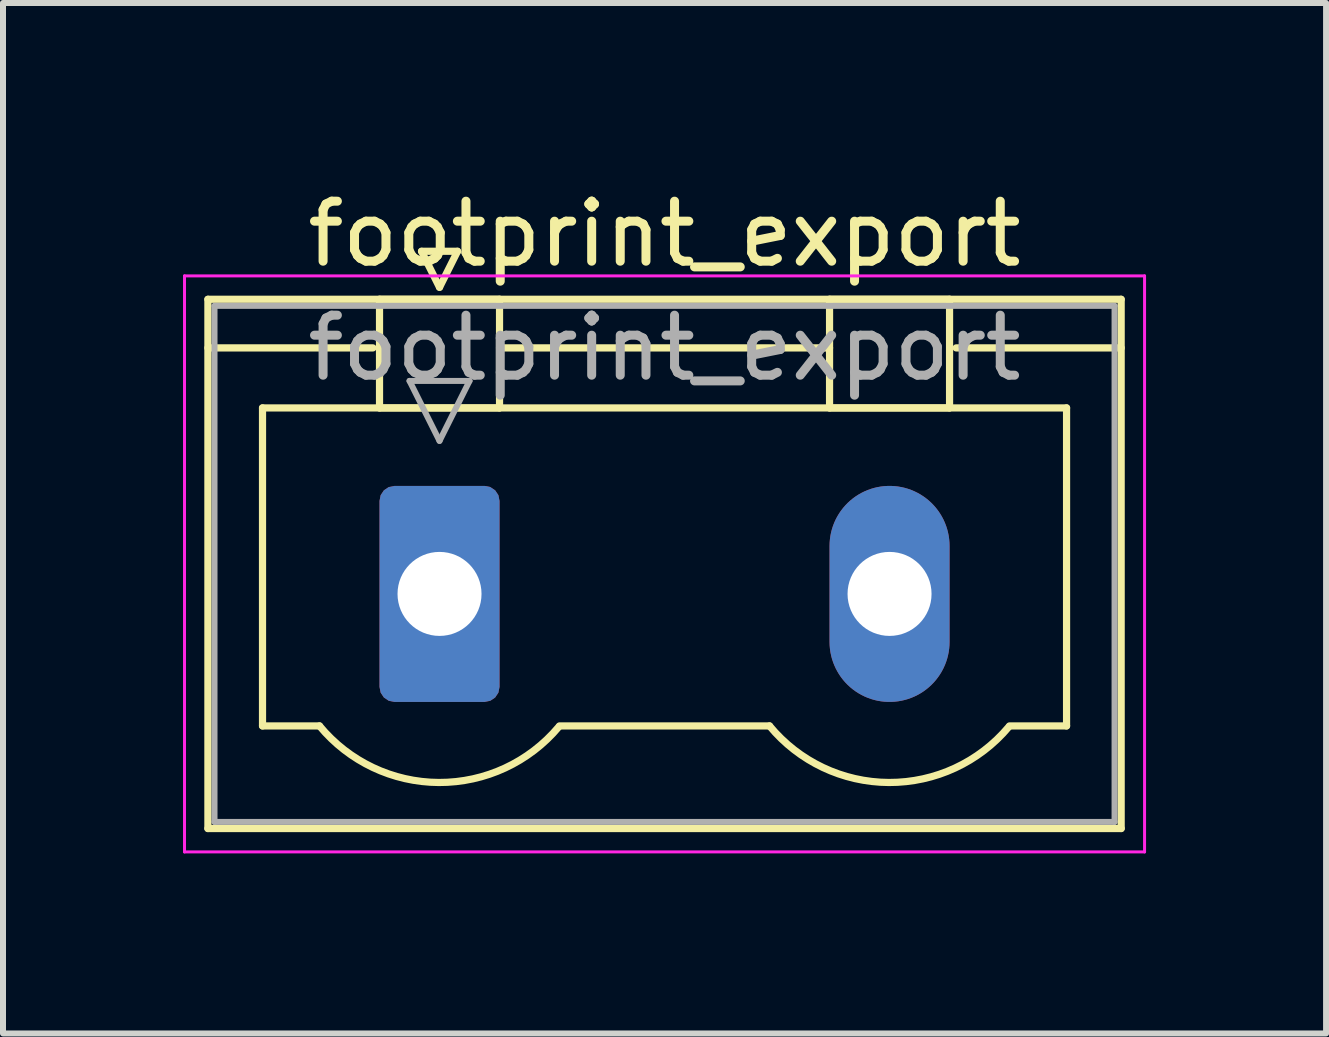
<source format=kicad_pcb>
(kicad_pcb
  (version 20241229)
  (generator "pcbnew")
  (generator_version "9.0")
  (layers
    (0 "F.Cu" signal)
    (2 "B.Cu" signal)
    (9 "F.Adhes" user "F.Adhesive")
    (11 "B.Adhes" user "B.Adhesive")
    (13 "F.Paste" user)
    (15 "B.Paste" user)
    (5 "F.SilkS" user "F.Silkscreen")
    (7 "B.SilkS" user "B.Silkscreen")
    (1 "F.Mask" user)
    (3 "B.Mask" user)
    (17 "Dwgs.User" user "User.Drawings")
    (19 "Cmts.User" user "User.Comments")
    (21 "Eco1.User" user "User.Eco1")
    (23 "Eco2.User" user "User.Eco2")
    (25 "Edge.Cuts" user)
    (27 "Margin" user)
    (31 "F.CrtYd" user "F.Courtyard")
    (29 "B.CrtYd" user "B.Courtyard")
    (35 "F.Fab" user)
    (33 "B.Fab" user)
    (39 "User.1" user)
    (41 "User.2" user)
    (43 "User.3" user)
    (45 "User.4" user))
  (footprint "footprint_export"
    (layer "F.Cu")
    (at 4.275 6.848)
    (property "Reference" "footprint_export" (at 3.75 -6 0) (layer "F.SilkS") (effects (font (size 1 1) (thickness 0.15))))
    (attr through_hole)
    (fp_line (start -3.86 -4.91) (end -3.86 3.91) (stroke (width 0.12) (type solid)) (layer "F.SilkS"))
    (fp_line (start -3.86 -4.1) (end -1.11 -4.1) (stroke (width 0.12) (type solid)) (layer "F.SilkS"))
    (fp_line (start -3.86 3.91) (end 11.36 3.91) (stroke (width 0.12) (type solid)) (layer "F.SilkS"))
    (fp_line (start -2.95 -3.1) (end 10.45 -3.1) (stroke (width 0.12) (type solid)) (layer "F.SilkS"))
    (fp_line (start -2.95 2.2) (end -2.95 -3.1) (stroke (width 0.12) (type solid)) (layer "F.SilkS"))
    (fp_line (start -2 2.2) (end -2.95 2.2) (stroke (width 0.12) (type solid)) (layer "F.SilkS"))
    (fp_line (start -1 -4.91) (end 1 -4.91) (stroke (width 0.12) (type solid)) (layer "F.SilkS"))
    (fp_line (start -1 -3.1) (end -1 -4.91) (stroke (width 0.12) (type solid)) (layer "F.SilkS"))
    (fp_line (start -0.3 -5.71) (end 0.3 -5.71) (stroke (width 0.12) (type solid)) (layer "F.SilkS"))
    (fp_line (start 0 -5.11) (end -0.3 -5.71) (stroke (width 0.12) (type solid)) (layer "F.SilkS"))
    (fp_line (start 0.3 -5.71) (end 0 -5.11) (stroke (width 0.12) (type solid)) (layer "F.SilkS"))
    (fp_line (start 1 -4.91) (end 1 -3.1) (stroke (width 0.12) (type solid)) (layer "F.SilkS"))
    (fp_line (start 1 -4.1) (end 6.5 -4.1) (stroke (width 0.12) (type solid)) (layer "F.SilkS"))
    (fp_line (start 1 -3.1) (end -1 -3.1) (stroke (width 0.12) (type solid)) (layer "F.SilkS"))
    (fp_line (start 2 2.2) (end 5.5 2.2) (stroke (width 0.12) (type solid)) (layer "F.SilkS"))
    (fp_line (start 6.5 -4.91) (end 8.5 -4.91) (stroke (width 0.12) (type solid)) (layer "F.SilkS"))
    (fp_line (start 6.5 -3.1) (end 6.5 -4.91) (stroke (width 0.12) (type solid)) (layer "F.SilkS"))
    (fp_line (start 8.5 -4.91) (end 8.5 -3.1) (stroke (width 0.12) (type solid)) (layer "F.SilkS"))
    (fp_line (start 8.5 -3.1) (end 6.5 -3.1) (stroke (width 0.12) (type solid)) (layer "F.SilkS"))
    (fp_line (start 10.45 -3.1) (end 10.45 2.2) (stroke (width 0.12) (type solid)) (layer "F.SilkS"))
    (fp_line (start 10.45 2.2) (end 9.5 2.2) (stroke (width 0.12) (type solid)) (layer "F.SilkS"))
    (fp_line (start 11.36 -4.91) (end -3.86 -4.91) (stroke (width 0.12) (type solid)) (layer "F.SilkS"))
    (fp_line (start 11.36 -4.1) (end 8.61 -4.1) (stroke (width 0.12) (type solid)) (layer "F.SilkS"))
    (fp_line (start 11.36 3.91) (end 11.36 -4.91) (stroke (width 0.12) (type solid)) (layer "F.SilkS"))
    (fp_arc (start 1.986842 2.215821) (mid -0.010289 3.142758) (end -2 2.2) (stroke (width 0.12) (type solid)) (layer "F.SilkS"))
    (fp_arc (start 9.486842 2.215821) (mid 7.489711 3.142758) (end 5.5 2.2) (stroke (width 0.12) (type solid)) (layer "F.SilkS"))
    (fp_line (start -4.25 -5.3) (end -4.25 4.3) (stroke (width 0.05) (type solid)) (layer "F.CrtYd"))
    (fp_line (start -4.25 4.3) (end 11.75 4.3) (stroke (width 0.05) (type solid)) (layer "F.CrtYd"))
    (fp_line (start 11.75 -5.3) (end -4.25 -5.3) (stroke (width 0.05) (type solid)) (layer "F.CrtYd"))
    (fp_line (start 11.75 4.3) (end 11.75 -5.3) (stroke (width 0.05) (type solid)) (layer "F.CrtYd"))
    (fp_line (start -3.75 -4.8) (end -3.75 3.8) (stroke (width 0.1) (type solid)) (layer "F.Fab"))
    (fp_line (start -3.75 3.8) (end 11.25 3.8) (stroke (width 0.1) (type solid)) (layer "F.Fab"))
    (fp_line (start -0.5 -3.55) (end 0.5 -3.55) (stroke (width 0.1) (type solid)) (layer "F.Fab"))
    (fp_line (start 0 -2.55) (end -0.5 -3.55) (stroke (width 0.1) (type solid)) (layer "F.Fab"))
    (fp_line (start 0.5 -3.55) (end 0 -2.55) (stroke (width 0.1) (type solid)) (layer "F.Fab"))
    (fp_line (start 11.25 -4.8) (end -3.75 -4.8) (stroke (width 0.1) (type solid)) (layer "F.Fab"))
    (fp_line (start 11.25 3.8) (end 11.25 -4.8) (stroke (width 0.1) (type solid)) (layer "F.Fab"))
    (fp_text user "${REFERENCE}" (at 3.75 -4.1 0) (layer "F.Fab") (effects (font (size 1 1) (thickness 0.15))))
    (pad "1" thru_hole roundrect (at 0 0) (size 2 3.6) (drill 1.4) (layers "*.Cu" "*.Mask") (roundrect_rratio 0.125))
    (pad "2" thru_hole oval (at 7.5 0) (size 2 3.6) (drill 1.4) (layers "*.Cu" "*.Mask")))
  (gr_rect
    (start -3 -3)
    (end 19.05 14.173)
    (stroke (width 0.1) (type default))
    (fill no)
    (layer "Edge.Cuts")))
</source>
